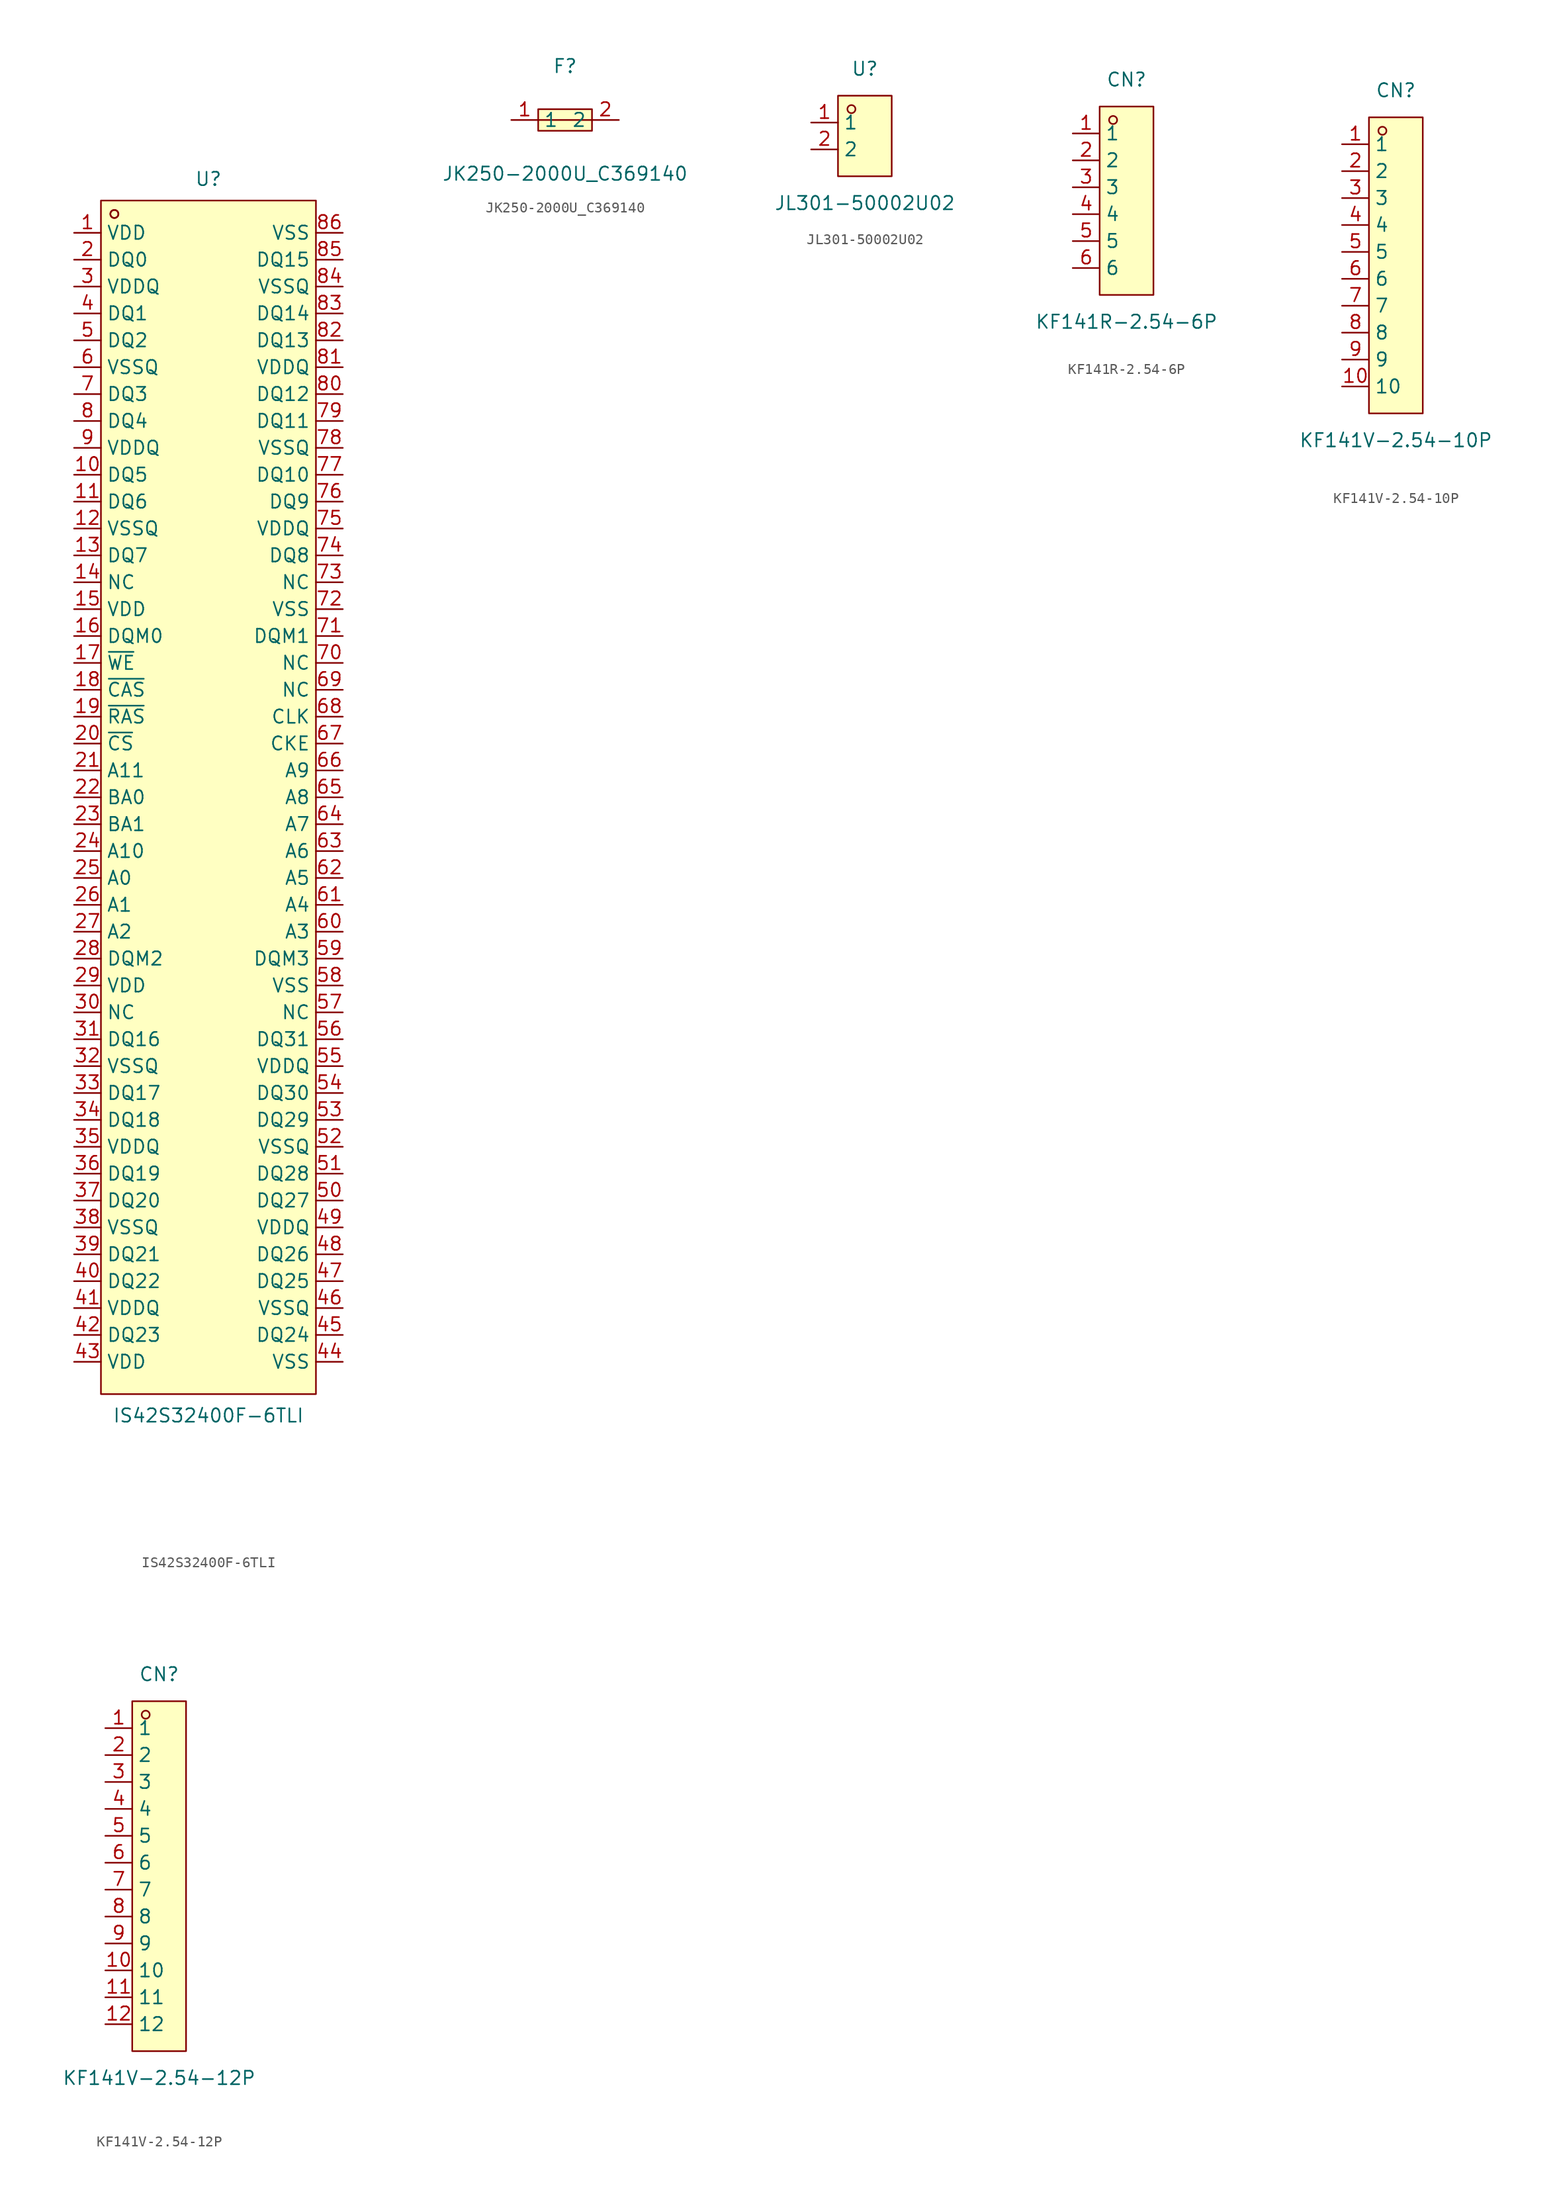
<source format=kicad_sym>
(kicad_symbol_lib
  (version 20231120)
  (generator "kicad_symbol_editor")
  (generator_version "8.0")
  (symbol "IS42S32400F-6TLI"
    (property "Reference" "U"
      (at 0 58.42 0)
      (effects (font (size 1.27 1.27))))
    (property "Value" "IS42S32400F-6TLI"
      (at 0 -58.42 0)
      (effects (font (size 1.27 1.27))))
    (symbol "IS42S32400F-6TLI_0_1"
      (rectangle (start -10.16 56.39) (end 10.16 -56.39) (stroke (width 0) (type default)) (fill (type background)))
      (circle (center -8.89 55.12) (radius 0.38) (stroke (width 0) (type default)) (fill (type none)))
      (circle (center -8.89 55.12) (radius 0.38) (stroke (width 0) (type default)) (fill (type none)))
      (pin unspecified line (at -12.7 53.34 0) (length 2.54) (name "VDD" (effects (font (size 1.27 1.27)))) (number "1" (effects (font (size 1.27 1.27)))))
      (pin unspecified line (at -12.7 30.48 0) (length 2.54) (name "DQ5" (effects (font (size 1.27 1.27)))) (number "10" (effects (font (size 1.27 1.27)))))
      (pin unspecified line (at -12.7 27.94 0) (length 2.54) (name "DQ6" (effects (font (size 1.27 1.27)))) (number "11" (effects (font (size 1.27 1.27)))))
      (pin unspecified line (at -12.7 25.4 0) (length 2.54) (name "VSSQ" (effects (font (size 1.27 1.27)))) (number "12" (effects (font (size 1.27 1.27)))))
      (pin unspecified line (at -12.7 22.86 0) (length 2.54) (name "DQ7" (effects (font (size 1.27 1.27)))) (number "13" (effects (font (size 1.27 1.27)))))
      (pin unspecified line (at -12.7 20.32 0) (length 2.54) (name "NC" (effects (font (size 1.27 1.27)))) (number "14" (effects (font (size 1.27 1.27)))))
      (pin unspecified line (at -12.7 17.78 0) (length 2.54) (name "VDD" (effects (font (size 1.27 1.27)))) (number "15" (effects (font (size 1.27 1.27)))))
      (pin unspecified line (at -12.7 15.24 0) (length 2.54) (name "DQM0" (effects (font (size 1.27 1.27)))) (number "16" (effects (font (size 1.27 1.27)))))
      (pin unspecified line (at -12.7 12.7 0) (length 2.54) (name "~{WE}" (effects (font (size 1.27 1.27)))) (number "17" (effects (font (size 1.27 1.27)))))
      (pin unspecified line (at -12.7 10.16 0) (length 2.54) (name "~{CAS}" (effects (font (size 1.27 1.27)))) (number "18" (effects (font (size 1.27 1.27)))))
      (pin unspecified line (at -12.7 7.62 0) (length 2.54) (name "~{RAS}" (effects (font (size 1.27 1.27)))) (number "19" (effects (font (size 1.27 1.27)))))
      (pin unspecified line (at -12.7 50.8 0) (length 2.54) (name "DQ0" (effects (font (size 1.27 1.27)))) (number "2" (effects (font (size 1.27 1.27)))))
      (pin unspecified line (at -12.7 5.08 0) (length 2.54) (name "~{CS}" (effects (font (size 1.27 1.27)))) (number "20" (effects (font (size 1.27 1.27)))))
      (pin unspecified line (at -12.7 2.54 0) (length 2.54) (name "A11" (effects (font (size 1.27 1.27)))) (number "21" (effects (font (size 1.27 1.27)))))
      (pin unspecified line (at -12.7 0 0) (length 2.54) (name "BA0" (effects (font (size 1.27 1.27)))) (number "22" (effects (font (size 1.27 1.27)))))
      (pin unspecified line (at -12.7 -2.54 0) (length 2.54) (name "BA1" (effects (font (size 1.27 1.27)))) (number "23" (effects (font (size 1.27 1.27)))))
      (pin unspecified line (at -12.7 -5.08 0) (length 2.54) (name "A10" (effects (font (size 1.27 1.27)))) (number "24" (effects (font (size 1.27 1.27)))))
      (pin unspecified line (at -12.7 -7.62 0) (length 2.54) (name "A0" (effects (font (size 1.27 1.27)))) (number "25" (effects (font (size 1.27 1.27)))))
      (pin unspecified line (at -12.7 -10.16 0) (length 2.54) (name "A1" (effects (font (size 1.27 1.27)))) (number "26" (effects (font (size 1.27 1.27)))))
      (pin unspecified line (at -12.7 -12.7 0) (length 2.54) (name "A2" (effects (font (size 1.27 1.27)))) (number "27" (effects (font (size 1.27 1.27)))))
      (pin unspecified line (at -12.7 -15.24 0) (length 2.54) (name "DQM2" (effects (font (size 1.27 1.27)))) (number "28" (effects (font (size 1.27 1.27)))))
      (pin unspecified line (at -12.7 -17.78 0) (length 2.54) (name "VDD" (effects (font (size 1.27 1.27)))) (number "29" (effects (font (size 1.27 1.27)))))
      (pin unspecified line (at -12.7 48.26 0) (length 2.54) (name "VDDQ" (effects (font (size 1.27 1.27)))) (number "3" (effects (font (size 1.27 1.27)))))
      (pin unspecified line (at -12.7 -20.32 0) (length 2.54) (name "NC" (effects (font (size 1.27 1.27)))) (number "30" (effects (font (size 1.27 1.27)))))
      (pin unspecified line (at -12.7 -22.86 0) (length 2.54) (name "DQ16" (effects (font (size 1.27 1.27)))) (number "31" (effects (font (size 1.27 1.27)))))
      (pin unspecified line (at -12.7 -25.4 0) (length 2.54) (name "VSSQ" (effects (font (size 1.27 1.27)))) (number "32" (effects (font (size 1.27 1.27)))))
      (pin unspecified line (at -12.7 -27.94 0) (length 2.54) (name "DQ17" (effects (font (size 1.27 1.27)))) (number "33" (effects (font (size 1.27 1.27)))))
      (pin unspecified line (at -12.7 -30.48 0) (length 2.54) (name "DQ18" (effects (font (size 1.27 1.27)))) (number "34" (effects (font (size 1.27 1.27)))))
      (pin unspecified line (at -12.7 -33.02 0) (length 2.54) (name "VDDQ" (effects (font (size 1.27 1.27)))) (number "35" (effects (font (size 1.27 1.27)))))
      (pin unspecified line (at -12.7 -35.56 0) (length 2.54) (name "DQ19" (effects (font (size 1.27 1.27)))) (number "36" (effects (font (size 1.27 1.27)))))
      (pin unspecified line (at -12.7 -38.1 0) (length 2.54) (name "DQ20" (effects (font (size 1.27 1.27)))) (number "37" (effects (font (size 1.27 1.27)))))
      (pin unspecified line (at -12.7 -40.64 0) (length 2.54) (name "VSSQ" (effects (font (size 1.27 1.27)))) (number "38" (effects (font (size 1.27 1.27)))))
      (pin unspecified line (at -12.7 -43.18 0) (length 2.54) (name "DQ21" (effects (font (size 1.27 1.27)))) (number "39" (effects (font (size 1.27 1.27)))))
      (pin unspecified line (at -12.7 45.72 0) (length 2.54) (name "DQ1" (effects (font (size 1.27 1.27)))) (number "4" (effects (font (size 1.27 1.27)))))
      (pin unspecified line (at -12.7 -45.72 0) (length 2.54) (name "DQ22" (effects (font (size 1.27 1.27)))) (number "40" (effects (font (size 1.27 1.27)))))
      (pin unspecified line (at -12.7 -48.26 0) (length 2.54) (name "VDDQ" (effects (font (size 1.27 1.27)))) (number "41" (effects (font (size 1.27 1.27)))))
      (pin unspecified line (at -12.7 -50.8 0) (length 2.54) (name "DQ23" (effects (font (size 1.27 1.27)))) (number "42" (effects (font (size 1.27 1.27)))))
      (pin unspecified line (at -12.7 -53.34 0) (length 2.54) (name "VDD" (effects (font (size 1.27 1.27)))) (number "43" (effects (font (size 1.27 1.27)))))
      (pin unspecified line (at 12.7 -53.34 180) (length 2.54) (name "VSS" (effects (font (size 1.27 1.27)))) (number "44" (effects (font (size 1.27 1.27)))))
      (pin unspecified line (at 12.7 -50.8 180) (length 2.54) (name "DQ24" (effects (font (size 1.27 1.27)))) (number "45" (effects (font (size 1.27 1.27)))))
      (pin unspecified line (at 12.7 -48.26 180) (length 2.54) (name "VSSQ" (effects (font (size 1.27 1.27)))) (number "46" (effects (font (size 1.27 1.27)))))
      (pin unspecified line (at 12.7 -45.72 180) (length 2.54) (name "DQ25" (effects (font (size 1.27 1.27)))) (number "47" (effects (font (size 1.27 1.27)))))
      (pin unspecified line (at 12.7 -43.18 180) (length 2.54) (name "DQ26" (effects (font (size 1.27 1.27)))) (number "48" (effects (font (size 1.27 1.27)))))
      (pin unspecified line (at 12.7 -40.64 180) (length 2.54) (name "VDDQ" (effects (font (size 1.27 1.27)))) (number "49" (effects (font (size 1.27 1.27)))))
      (pin unspecified line (at -12.7 43.18 0) (length 2.54) (name "DQ2" (effects (font (size 1.27 1.27)))) (number "5" (effects (font (size 1.27 1.27)))))
      (pin unspecified line (at 12.7 -38.1 180) (length 2.54) (name "DQ27" (effects (font (size 1.27 1.27)))) (number "50" (effects (font (size 1.27 1.27)))))
      (pin unspecified line (at 12.7 -35.56 180) (length 2.54) (name "DQ28" (effects (font (size 1.27 1.27)))) (number "51" (effects (font (size 1.27 1.27)))))
      (pin unspecified line (at 12.7 -33.02 180) (length 2.54) (name "VSSQ" (effects (font (size 1.27 1.27)))) (number "52" (effects (font (size 1.27 1.27)))))
      (pin unspecified line (at 12.7 -30.48 180) (length 2.54) (name "DQ29" (effects (font (size 1.27 1.27)))) (number "53" (effects (font (size 1.27 1.27)))))
      (pin unspecified line (at 12.7 -27.94 180) (length 2.54) (name "DQ30" (effects (font (size 1.27 1.27)))) (number "54" (effects (font (size 1.27 1.27)))))
      (pin unspecified line (at 12.7 -25.4 180) (length 2.54) (name "VDDQ" (effects (font (size 1.27 1.27)))) (number "55" (effects (font (size 1.27 1.27)))))
      (pin unspecified line (at 12.7 -22.86 180) (length 2.54) (name "DQ31" (effects (font (size 1.27 1.27)))) (number "56" (effects (font (size 1.27 1.27)))))
      (pin unspecified line (at 12.7 -20.32 180) (length 2.54) (name "NC" (effects (font (size 1.27 1.27)))) (number "57" (effects (font (size 1.27 1.27)))))
      (pin unspecified line (at 12.7 -17.78 180) (length 2.54) (name "VSS" (effects (font (size 1.27 1.27)))) (number "58" (effects (font (size 1.27 1.27)))))
      (pin unspecified line (at 12.7 -15.24 180) (length 2.54) (name "DQM3" (effects (font (size 1.27 1.27)))) (number "59" (effects (font (size 1.27 1.27)))))
      (pin unspecified line (at -12.7 40.64 0) (length 2.54) (name "VSSQ" (effects (font (size 1.27 1.27)))) (number "6" (effects (font (size 1.27 1.27)))))
      (pin unspecified line (at 12.7 -12.7 180) (length 2.54) (name "A3" (effects (font (size 1.27 1.27)))) (number "60" (effects (font (size 1.27 1.27)))))
      (pin unspecified line (at 12.7 -10.16 180) (length 2.54) (name "A4" (effects (font (size 1.27 1.27)))) (number "61" (effects (font (size 1.27 1.27)))))
      (pin unspecified line (at 12.7 -7.62 180) (length 2.54) (name "A5" (effects (font (size 1.27 1.27)))) (number "62" (effects (font (size 1.27 1.27)))))
      (pin unspecified line (at 12.7 -5.08 180) (length 2.54) (name "A6" (effects (font (size 1.27 1.27)))) (number "63" (effects (font (size 1.27 1.27)))))
      (pin unspecified line (at 12.7 -2.54 180) (length 2.54) (name "A7" (effects (font (size 1.27 1.27)))) (number "64" (effects (font (size 1.27 1.27)))))
      (pin unspecified line (at 12.7 0 180) (length 2.54) (name "A8" (effects (font (size 1.27 1.27)))) (number "65" (effects (font (size 1.27 1.27)))))
      (pin unspecified line (at 12.7 2.54 180) (length 2.54) (name "A9" (effects (font (size 1.27 1.27)))) (number "66" (effects (font (size 1.27 1.27)))))
      (pin unspecified line (at 12.7 5.08 180) (length 2.54) (name "CKE" (effects (font (size 1.27 1.27)))) (number "67" (effects (font (size 1.27 1.27)))))
      (pin unspecified line (at 12.7 7.62 180) (length 2.54) (name "CLK" (effects (font (size 1.27 1.27)))) (number "68" (effects (font (size 1.27 1.27)))))
      (pin unspecified line (at 12.7 10.16 180) (length 2.54) (name "NC" (effects (font (size 1.27 1.27)))) (number "69" (effects (font (size 1.27 1.27)))))
      (pin unspecified line (at -12.7 38.1 0) (length 2.54) (name "DQ3" (effects (font (size 1.27 1.27)))) (number "7" (effects (font (size 1.27 1.27)))))
      (pin unspecified line (at 12.7 12.7 180) (length 2.54) (name "NC" (effects (font (size 1.27 1.27)))) (number "70" (effects (font (size 1.27 1.27)))))
      (pin unspecified line (at 12.7 15.24 180) (length 2.54) (name "DQM1" (effects (font (size 1.27 1.27)))) (number "71" (effects (font (size 1.27 1.27)))))
      (pin unspecified line (at 12.7 17.78 180) (length 2.54) (name "VSS" (effects (font (size 1.27 1.27)))) (number "72" (effects (font (size 1.27 1.27)))))
      (pin unspecified line (at 12.7 20.32 180) (length 2.54) (name "NC" (effects (font (size 1.27 1.27)))) (number "73" (effects (font (size 1.27 1.27)))))
      (pin unspecified line (at 12.7 22.86 180) (length 2.54) (name "DQ8" (effects (font (size 1.27 1.27)))) (number "74" (effects (font (size 1.27 1.27)))))
      (pin unspecified line (at 12.7 25.4 180) (length 2.54) (name "VDDQ" (effects (font (size 1.27 1.27)))) (number "75" (effects (font (size 1.27 1.27)))))
      (pin unspecified line (at 12.7 27.94 180) (length 2.54) (name "DQ9" (effects (font (size 1.27 1.27)))) (number "76" (effects (font (size 1.27 1.27)))))
      (pin unspecified line (at 12.7 30.48 180) (length 2.54) (name "DQ10" (effects (font (size 1.27 1.27)))) (number "77" (effects (font (size 1.27 1.27)))))
      (pin unspecified line (at 12.7 33.02 180) (length 2.54) (name "VSSQ" (effects (font (size 1.27 1.27)))) (number "78" (effects (font (size 1.27 1.27)))))
      (pin unspecified line (at 12.7 35.56 180) (length 2.54) (name "DQ11" (effects (font (size 1.27 1.27)))) (number "79" (effects (font (size 1.27 1.27)))))
      (pin unspecified line (at -12.7 35.56 0) (length 2.54) (name "DQ4" (effects (font (size 1.27 1.27)))) (number "8" (effects (font (size 1.27 1.27)))))
      (pin unspecified line (at 12.7 38.1 180) (length 2.54) (name "DQ12" (effects (font (size 1.27 1.27)))) (number "80" (effects (font (size 1.27 1.27)))))
      (pin unspecified line (at 12.7 40.64 180) (length 2.54) (name "VDDQ" (effects (font (size 1.27 1.27)))) (number "81" (effects (font (size 1.27 1.27)))))
      (pin unspecified line (at 12.7 43.18 180) (length 2.54) (name "DQ13" (effects (font (size 1.27 1.27)))) (number "82" (effects (font (size 1.27 1.27)))))
      (pin unspecified line (at 12.7 45.72 180) (length 2.54) (name "DQ14" (effects (font (size 1.27 1.27)))) (number "83" (effects (font (size 1.27 1.27)))))
      (pin unspecified line (at 12.7 48.26 180) (length 2.54) (name "VSSQ" (effects (font (size 1.27 1.27)))) (number "84" (effects (font (size 1.27 1.27)))))
      (pin unspecified line (at 12.7 50.8 180) (length 2.54) (name "DQ15" (effects (font (size 1.27 1.27)))) (number "85" (effects (font (size 1.27 1.27)))))
      (pin unspecified line (at 12.7 53.34 180) (length 2.54) (name "VSS" (effects (font (size 1.27 1.27)))) (number "86" (effects (font (size 1.27 1.27)))))
      (pin unspecified line (at -12.7 33.02 0) (length 2.54) (name "VDDQ" (effects (font (size 1.27 1.27)))) (number "9" (effects (font (size 1.27 1.27)))))))
  (symbol "JK250-2000U_C369140"
    (property "Reference" "F"
      (at 0 5.08 0)
      (effects (font (size 1.27 1.27))))
    (property "Value" "JK250-2000U_C369140"
      (at 0 -5.08 0)
      (effects (font (size 1.27 1.27))))
    (symbol "JK250-2000U_C369140_0_1"
      (rectangle (start -2.54 1.02) (end 2.54 -1.02) (stroke (width 0) (type default) (color 0 0 0 0)) (fill (type background)))
      (polyline (pts (xy -2.54 -0.00) (xy 0.00 -0.00) (xy 2.54 -0.00)) (stroke (width 0) (type default) (color 0 0 0 0)) (fill (type none)))
      (pin unspecified line (at 5.08 -0.00 180) (length 2.54) (name "2" (effects (font (size 1.27 1.27)))) (number "2" (effects (font (size 1.27 1.27)))))
      (pin unspecified line (at -5.08 -0.00 0) (length 2.54) (name "1" (effects (font (size 1.27 1.27)))) (number "1" (effects (font (size 1.27 1.27)))))))
  (symbol "JL301-50002U02"
    (property "Reference" "U"
      (at 0 6.35 0)
      (effects (font (size 1.27 1.27))))
    (property "Value" "JL301-50002U02"
      (at 0 -6.35 0)
      (effects (font (size 1.27 1.27))))
    (symbol "JL301-50002U02_0_1"
      (rectangle (start -2.54 3.81) (end 2.54 -3.81) (stroke (width 0) (type default)) (fill (type background)))
      (circle (center -1.27 2.54) (radius 0.38) (stroke (width 0) (type default)) (fill (type none)))
      (pin unspecified line (at -5.08 1.27 0) (length 2.54) (name "1" (effects (font (size 1.27 1.27)))) (number "1" (effects (font (size 1.27 1.27)))))
      (pin unspecified line (at -5.08 -1.27 0) (length 2.54) (name "2" (effects (font (size 1.27 1.27)))) (number "2" (effects (font (size 1.27 1.27)))))))
  (symbol "KF141R-2.54-6P"
    (property "Reference" "CN"
      (at 0 11.43 0)
      (effects (font (size 1.27 1.27))))
    (property "Value" "KF141R-2.54-6P"
      (at 0 -11.43 0)
      (effects (font (size 1.27 1.27))))
    (symbol "KF141R-2.54-6P_0_1"
      (rectangle (start -2.54 8.89) (end 2.54 -8.89) (stroke (width 0) (type default)) (fill (type background)))
      (circle (center -1.27 7.62) (radius 0.38) (stroke (width 0) (type default)) (fill (type none)))
      (pin unspecified line (at -5.08 6.35 0) (length 2.54) (name "1" (effects (font (size 1.27 1.27)))) (number "1" (effects (font (size 1.27 1.27)))))
      (pin unspecified line (at -5.08 3.81 0) (length 2.54) (name "2" (effects (font (size 1.27 1.27)))) (number "2" (effects (font (size 1.27 1.27)))))
      (pin unspecified line (at -5.08 1.27 0) (length 2.54) (name "3" (effects (font (size 1.27 1.27)))) (number "3" (effects (font (size 1.27 1.27)))))
      (pin unspecified line (at -5.08 -1.27 0) (length 2.54) (name "4" (effects (font (size 1.27 1.27)))) (number "4" (effects (font (size 1.27 1.27)))))
      (pin unspecified line (at -5.08 -3.81 0) (length 2.54) (name "5" (effects (font (size 1.27 1.27)))) (number "5" (effects (font (size 1.27 1.27)))))
      (pin unspecified line (at -5.08 -6.35 0) (length 2.54) (name "6" (effects (font (size 1.27 1.27)))) (number "6" (effects (font (size 1.27 1.27)))))))
  (symbol "KF141V-2.54-10P"
    (property "Reference" "CN"
      (at 0 16.51 0)
      (effects (font (size 1.27 1.27))))
    (property "Value" "KF141V-2.54-10P"
      (at 0 -16.51 0)
      (effects (font (size 1.27 1.27))))
    (symbol "KF141V-2.54-10P_0_1"
      (rectangle (start -2.54 13.97) (end 2.54 -13.97) (stroke (width 0) (type default)) (fill (type background)))
      (circle (center -1.27 12.7) (radius 0.38) (stroke (width 0) (type default)) (fill (type none)))
      (pin unspecified line (at -5.08 11.43 0) (length 2.54) (name "1" (effects (font (size 1.27 1.27)))) (number "1" (effects (font (size 1.27 1.27)))))
      (pin unspecified line (at -5.08 -11.43 0) (length 2.54) (name "10" (effects (font (size 1.27 1.27)))) (number "10" (effects (font (size 1.27 1.27)))))
      (pin unspecified line (at -5.08 8.89 0) (length 2.54) (name "2" (effects (font (size 1.27 1.27)))) (number "2" (effects (font (size 1.27 1.27)))))
      (pin unspecified line (at -5.08 6.35 0) (length 2.54) (name "3" (effects (font (size 1.27 1.27)))) (number "3" (effects (font (size 1.27 1.27)))))
      (pin unspecified line (at -5.08 3.81 0) (length 2.54) (name "4" (effects (font (size 1.27 1.27)))) (number "4" (effects (font (size 1.27 1.27)))))
      (pin unspecified line (at -5.08 1.27 0) (length 2.54) (name "5" (effects (font (size 1.27 1.27)))) (number "5" (effects (font (size 1.27 1.27)))))
      (pin unspecified line (at -5.08 -1.27 0) (length 2.54) (name "6" (effects (font (size 1.27 1.27)))) (number "6" (effects (font (size 1.27 1.27)))))
      (pin unspecified line (at -5.08 -3.81 0) (length 2.54) (name "7" (effects (font (size 1.27 1.27)))) (number "7" (effects (font (size 1.27 1.27)))))
      (pin unspecified line (at -5.08 -6.35 0) (length 2.54) (name "8" (effects (font (size 1.27 1.27)))) (number "8" (effects (font (size 1.27 1.27)))))
      (pin unspecified line (at -5.08 -8.89 0) (length 2.54) (name "9" (effects (font (size 1.27 1.27)))) (number "9" (effects (font (size 1.27 1.27)))))))
  (symbol "KF141V-2.54-12P"
    (property "Reference" "CN"
      (at 0 19.05 0)
      (effects (font (size 1.27 1.27))))
    (property "Value" "KF141V-2.54-12P"
      (at 0 -19.05 0)
      (effects (font (size 1.27 1.27))))
    (symbol "KF141V-2.54-12P_0_1"
      (rectangle (start -2.54 16.51) (end 2.54 -16.51) (stroke (width 0) (type default)) (fill (type background)))
      (circle (center -1.27 15.24) (radius 0.38) (stroke (width 0) (type default)) (fill (type none)))
      (pin unspecified line (at -5.08 13.97 0) (length 2.54) (name "1" (effects (font (size 1.27 1.27)))) (number "1" (effects (font (size 1.27 1.27)))))
      (pin unspecified line (at -5.08 -8.89 0) (length 2.54) (name "10" (effects (font (size 1.27 1.27)))) (number "10" (effects (font (size 1.27 1.27)))))
      (pin unspecified line (at -5.08 -11.43 0) (length 2.54) (name "11" (effects (font (size 1.27 1.27)))) (number "11" (effects (font (size 1.27 1.27)))))
      (pin unspecified line (at -5.08 -13.97 0) (length 2.54) (name "12" (effects (font (size 1.27 1.27)))) (number "12" (effects (font (size 1.27 1.27)))))
      (pin unspecified line (at -5.08 11.43 0) (length 2.54) (name "2" (effects (font (size 1.27 1.27)))) (number "2" (effects (font (size 1.27 1.27)))))
      (pin unspecified line (at -5.08 8.89 0) (length 2.54) (name "3" (effects (font (size 1.27 1.27)))) (number "3" (effects (font (size 1.27 1.27)))))
      (pin unspecified line (at -5.08 6.35 0) (length 2.54) (name "4" (effects (font (size 1.27 1.27)))) (number "4" (effects (font (size 1.27 1.27)))))
      (pin unspecified line (at -5.08 3.81 0) (length 2.54) (name "5" (effects (font (size 1.27 1.27)))) (number "5" (effects (font (size 1.27 1.27)))))
      (pin unspecified line (at -5.08 1.27 0) (length 2.54) (name "6" (effects (font (size 1.27 1.27)))) (number "6" (effects (font (size 1.27 1.27)))))
      (pin unspecified line (at -5.08 -1.27 0) (length 2.54) (name "7" (effects (font (size 1.27 1.27)))) (number "7" (effects (font (size 1.27 1.27)))))
      (pin unspecified line (at -5.08 -3.81 0) (length 2.54) (name "8" (effects (font (size 1.27 1.27)))) (number "8" (effects (font (size 1.27 1.27)))))
      (pin unspecified line (at -5.08 -6.35 0) (length 2.54) (name "9" (effects (font (size 1.27 1.27)))) (number "9" (effects (font (size 1.27 1.27))))))))
</source>
